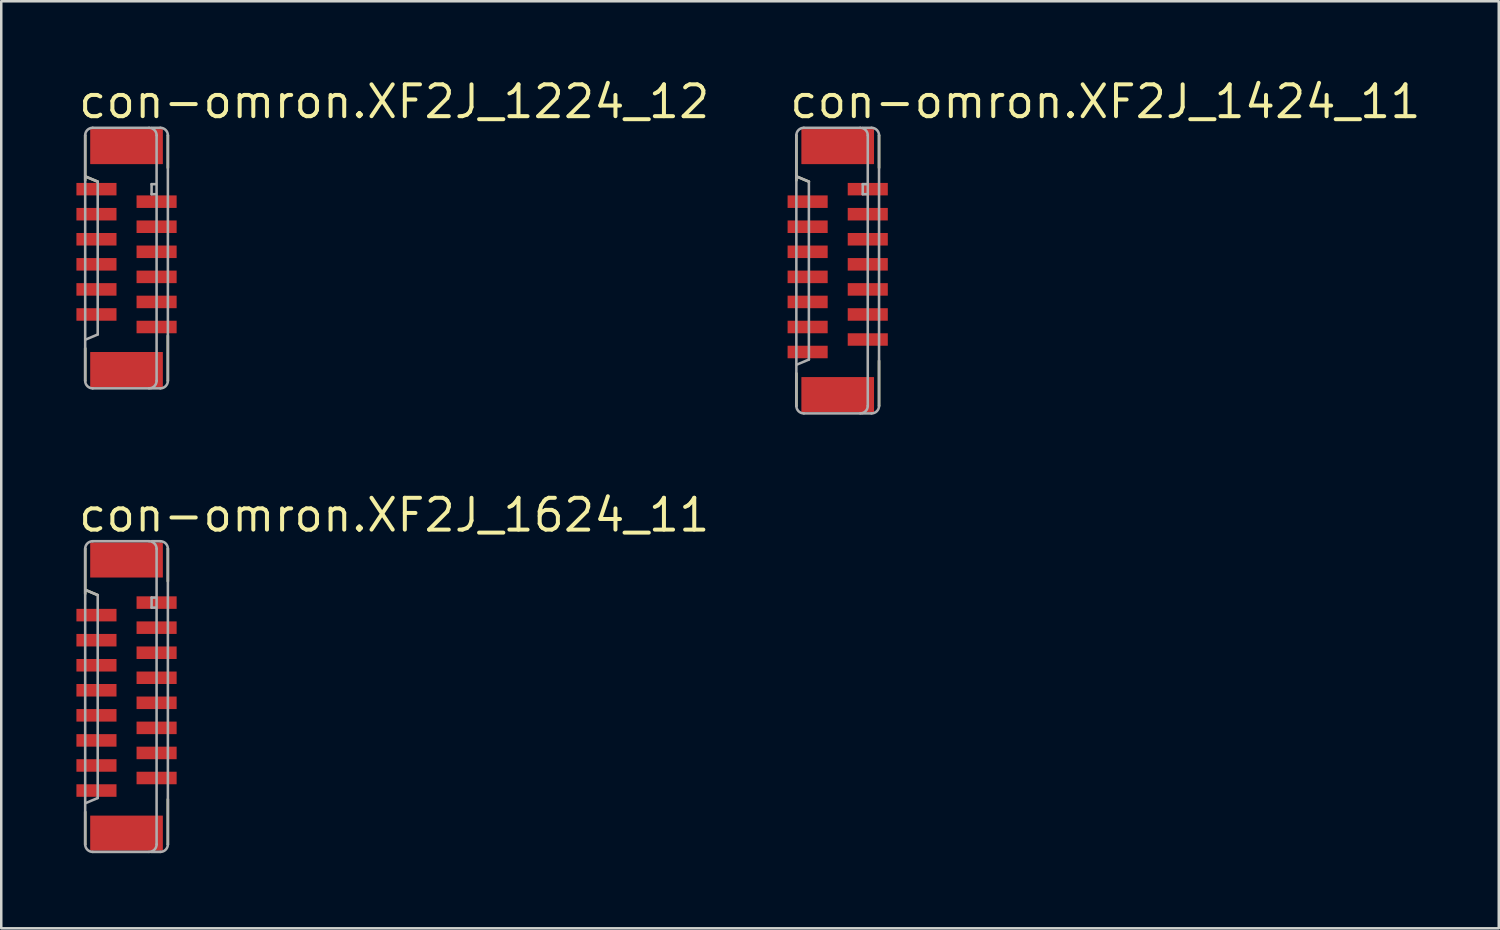
<source format=kicad_pcb>
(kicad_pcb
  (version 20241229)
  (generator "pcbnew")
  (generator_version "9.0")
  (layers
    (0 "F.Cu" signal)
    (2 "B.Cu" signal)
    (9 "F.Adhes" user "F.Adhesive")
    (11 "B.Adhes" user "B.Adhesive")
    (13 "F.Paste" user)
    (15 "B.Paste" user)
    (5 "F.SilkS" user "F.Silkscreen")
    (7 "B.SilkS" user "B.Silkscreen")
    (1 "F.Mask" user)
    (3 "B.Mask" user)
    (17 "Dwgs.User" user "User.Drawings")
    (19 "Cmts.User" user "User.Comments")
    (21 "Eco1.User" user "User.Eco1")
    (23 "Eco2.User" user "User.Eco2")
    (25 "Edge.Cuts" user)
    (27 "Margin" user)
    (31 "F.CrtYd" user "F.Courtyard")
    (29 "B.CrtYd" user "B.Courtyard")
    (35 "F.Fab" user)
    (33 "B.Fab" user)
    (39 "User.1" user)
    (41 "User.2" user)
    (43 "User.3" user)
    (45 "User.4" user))
  (footprint "con-omron.XF2J_1424_11"
    (layer "F.Cu")
    (at 30.384 7.75)
    (property "Reference" "con-omron.XF2J_1424_11" (at -2 -6 0) (layer "F.SilkS") (effects (font (size 1.27 1.27) (thickness 0.16)) (justify left bottom)))
    (attr smd)
    (fp_line (start -1.65 -5.4) (end -1.65 -3.6) (stroke (width 0.102) (type default)) (layer "F.SilkS"))
    (fp_line (start -1.65 4.1) (end -1.65 5.4) (stroke (width 0.102) (type default)) (layer "F.SilkS"))
    (fp_line (start -1.625 -3.75) (end -1.15 -3.55) (stroke (width 0.102) (type default)) (layer "F.SilkS"))
    (fp_line (start 1.65 -4.1) (end 1.65 -5.4) (stroke (width 0.102) (type default)) (layer "F.SilkS"))
    (fp_line (start 1.65 5.4) (end 1.65 3.6) (stroke (width 0.102) (type default)) (layer "F.SilkS"))
    (fp_line (start -1.65 -5.4) (end -1.65 5.4) (stroke (width 0.102) (type default)) (layer "F.Fab"))
    (fp_line (start -1.625 -3.75) (end -1.15 -3.55) (stroke (width 0.102) (type default)) (layer "F.Fab"))
    (fp_line (start -1.35 5.7) (end 0.9 5.7) (stroke (width 0.102) (type default)) (layer "F.Fab"))
    (fp_line (start -1.15 -3.55) (end -1.15 3.55) (stroke (width 0.102) (type default)) (layer "F.Fab"))
    (fp_line (start -1.15 3.55) (end -1.625 3.75) (stroke (width 0.102) (type default)) (layer "F.Fab"))
    (fp_line (start 0.9 -5.7) (end -1.35 -5.7) (stroke (width 0.102) (type default)) (layer "F.Fab"))
    (fp_line (start 0.975 5.7) (end 1.35 5.7) (stroke (width 0.102) (type default)) (layer "F.Fab"))
    (fp_line (start 1 -5.7) (end 1.35 -5.7) (stroke (width 0.102) (type default)) (layer "F.Fab"))
    (fp_line (start 1 -3.45) (end 1 -3.05) (stroke (width 0.102) (type default)) (layer "F.Fab"))
    (fp_line (start 1 -3.05) (end 1.15 -3.05) (stroke (width 0.102) (type default)) (layer "F.Fab"))
    (fp_line (start 1.15 -3.45) (end 1 -3.45) (stroke (width 0.102) (type default)) (layer "F.Fab"))
    (fp_line (start 1.2 5.4) (end 1.2 -5.4) (stroke (width 0.102) (type default)) (layer "F.Fab"))
    (fp_line (start 1.65 5.4) (end 1.65 -5.4) (stroke (width 0.102) (type default)) (layer "F.Fab"))
    (fp_arc (start -1.65 -5.4) (mid -1.562132 -5.612132) (end -1.35 -5.7) (stroke (width 0.1016) (type default)) (layer "F.Fab"))
    (fp_arc (start -1.35 5.7) (mid -1.562132 5.612132) (end -1.65 5.4) (stroke (width 0.1016) (type default)) (layer "F.Fab"))
    (fp_arc (start 0.9 -5.7) (mid 1.112132 -5.612132) (end 1.2 -5.4) (stroke (width 0.1016) (type default)) (layer "F.Fab"))
    (fp_arc (start 1.2 5.4) (mid 1.112132 5.612132) (end 0.9 5.7) (stroke (width 0.1016) (type default)) (layer "F.Fab"))
    (fp_arc (start 1.35 -5.7) (mid 1.562132 -5.612132) (end 1.65 -5.4) (stroke (width 0.1016) (type default)) (layer "F.Fab"))
    (fp_arc (start 1.65 5.4) (mid 1.562132 5.612132) (end 1.35 5.7) (stroke (width 0.1016) (type default)) (layer "F.Fab"))
    (pad "1" smd roundrect (at 1.2 -3.25 270) (size 0.5 1.6) (layers "F.Cu" "F.Mask" "F.Paste") (roundrect_rratio 0.01))
    (pad "2" smd roundrect (at -1.2 -2.75 90) (size 0.5 1.6) (layers "F.Cu" "F.Mask" "F.Paste") (roundrect_rratio 0.01))
    (pad "3" smd roundrect (at 1.2 -2.25 270) (size 0.5 1.6) (layers "F.Cu" "F.Mask" "F.Paste") (roundrect_rratio 0.01))
    (pad "4" smd roundrect (at -1.2 -1.75 90) (size 0.5 1.6) (layers "F.Cu" "F.Mask" "F.Paste") (roundrect_rratio 0.01))
    (pad "5" smd roundrect (at 1.2 -1.25 270) (size 0.5 1.6) (layers "F.Cu" "F.Mask" "F.Paste") (roundrect_rratio 0.01))
    (pad "6" smd roundrect (at -1.2 -0.75 90) (size 0.5 1.6) (layers "F.Cu" "F.Mask" "F.Paste") (roundrect_rratio 0.01))
    (pad "7" smd roundrect (at 1.2 -0.25 270) (size 0.5 1.6) (layers "F.Cu" "F.Mask" "F.Paste") (roundrect_rratio 0.01))
    (pad "8" smd roundrect (at -1.2 0.25 90) (size 0.5 1.6) (layers "F.Cu" "F.Mask" "F.Paste") (roundrect_rratio 0.01))
    (pad "9" smd roundrect (at 1.2 0.75 270) (size 0.5 1.6) (layers "F.Cu" "F.Mask" "F.Paste") (roundrect_rratio 0.01))
    (pad "10" smd roundrect (at -1.2 1.25 90) (size 0.5 1.6) (layers "F.Cu" "F.Mask" "F.Paste") (roundrect_rratio 0.01))
    (pad "11" smd roundrect (at 1.2 1.75 270) (size 0.5 1.6) (layers "F.Cu" "F.Mask" "F.Paste") (roundrect_rratio 0.01))
    (pad "12" smd roundrect (at -1.2 2.25 90) (size 0.5 1.6) (layers "F.Cu" "F.Mask" "F.Paste") (roundrect_rratio 0.01))
    (pad "13" smd roundrect (at 1.2 2.75 270) (size 0.5 1.6) (layers "F.Cu" "F.Mask" "F.Paste") (roundrect_rratio 0.01))
    (pad "14" smd roundrect (at -1.2 3.25 90) (size 0.5 1.6) (layers "F.Cu" "F.Mask" "F.Paste") (roundrect_rratio 0.01))
    (pad "M1" smd roundrect (at 0 -4.95 270) (size 1.4 2.9) (layers "F.Cu" "F.Mask" "F.Paste") (roundrect_rratio 0.01))
    (pad "M2" smd roundrect (at 0 4.95 270) (size 1.4 2.9) (layers "F.Cu" "F.Mask" "F.Paste") (roundrect_rratio 0.01)))
  (footprint "con-omron.XF2J_1624_11"
    (layer "F.Cu")
    (at 2 24.751)
    (property "Reference" "con-omron.XF2J_1624_11" (at -2 -6.5 0) (layer "F.SilkS") (effects (font (size 1.27 1.27) (thickness 0.16)) (justify left bottom)))
    (attr smd)
    (fp_line (start -1.65 -5.9) (end -1.65 -4.1) (stroke (width 0.102) (type default)) (layer "F.SilkS"))
    (fp_line (start -1.65 4.6) (end -1.65 5.9) (stroke (width 0.102) (type default)) (layer "F.SilkS"))
    (fp_line (start -1.625 -4.25) (end -1.15 -4.05) (stroke (width 0.102) (type default)) (layer "F.SilkS"))
    (fp_line (start 1.65 -4.6) (end 1.65 -5.9) (stroke (width 0.102) (type default)) (layer "F.SilkS"))
    (fp_line (start 1.65 5.9) (end 1.65 4.1) (stroke (width 0.102) (type default)) (layer "F.SilkS"))
    (fp_line (start -1.65 -5.9) (end -1.65 5.9) (stroke (width 0.102) (type default)) (layer "F.Fab"))
    (fp_line (start -1.625 -4.25) (end -1.15 -4.05) (stroke (width 0.102) (type default)) (layer "F.Fab"))
    (fp_line (start -1.35 6.2) (end 0.9 6.2) (stroke (width 0.102) (type default)) (layer "F.Fab"))
    (fp_line (start -1.15 -4.05) (end -1.15 4.05) (stroke (width 0.102) (type default)) (layer "F.Fab"))
    (fp_line (start -1.15 4.05) (end -1.625 4.25) (stroke (width 0.102) (type default)) (layer "F.Fab"))
    (fp_line (start 0.9 -6.2) (end -1.35 -6.2) (stroke (width 0.102) (type default)) (layer "F.Fab"))
    (fp_line (start 0.975 6.2) (end 1.35 6.2) (stroke (width 0.102) (type default)) (layer "F.Fab"))
    (fp_line (start 1 -6.2) (end 1.35 -6.2) (stroke (width 0.102) (type default)) (layer "F.Fab"))
    (fp_line (start 1 -3.95) (end 1 -3.55) (stroke (width 0.102) (type default)) (layer "F.Fab"))
    (fp_line (start 1 -3.55) (end 1.15 -3.55) (stroke (width 0.102) (type default)) (layer "F.Fab"))
    (fp_line (start 1.15 -3.95) (end 1 -3.95) (stroke (width 0.102) (type default)) (layer "F.Fab"))
    (fp_line (start 1.2 5.9) (end 1.2 -5.9) (stroke (width 0.102) (type default)) (layer "F.Fab"))
    (fp_line (start 1.65 5.9) (end 1.65 -5.9) (stroke (width 0.102) (type default)) (layer "F.Fab"))
    (fp_arc (start -1.65 -5.9) (mid -1.562132 -6.112132) (end -1.35 -6.2) (stroke (width 0.1016) (type default)) (layer "F.Fab"))
    (fp_arc (start -1.35 6.2) (mid -1.562132 6.112132) (end -1.65 5.9) (stroke (width 0.1016) (type default)) (layer "F.Fab"))
    (fp_arc (start 0.9 -6.2) (mid 1.112132 -6.112132) (end 1.2 -5.9) (stroke (width 0.1016) (type default)) (layer "F.Fab"))
    (fp_arc (start 1.2 5.9) (mid 1.112132 6.112132) (end 0.9 6.2) (stroke (width 0.1016) (type default)) (layer "F.Fab"))
    (fp_arc (start 1.35 -6.2) (mid 1.562132 -6.112132) (end 1.65 -5.9) (stroke (width 0.1016) (type default)) (layer "F.Fab"))
    (fp_arc (start 1.65 5.9) (mid 1.562132 6.112132) (end 1.35 6.2) (stroke (width 0.1016) (type default)) (layer "F.Fab"))
    (pad "1" smd roundrect (at 1.2 -3.75 270) (size 0.5 1.6) (layers "F.Cu" "F.Mask" "F.Paste") (roundrect_rratio 0.01))
    (pad "2" smd roundrect (at -1.2 -3.25 90) (size 0.5 1.6) (layers "F.Cu" "F.Mask" "F.Paste") (roundrect_rratio 0.01))
    (pad "3" smd roundrect (at 1.2 -2.75 270) (size 0.5 1.6) (layers "F.Cu" "F.Mask" "F.Paste") (roundrect_rratio 0.01))
    (pad "4" smd roundrect (at -1.2 -2.25 90) (size 0.5 1.6) (layers "F.Cu" "F.Mask" "F.Paste") (roundrect_rratio 0.01))
    (pad "5" smd roundrect (at 1.2 -1.75 270) (size 0.5 1.6) (layers "F.Cu" "F.Mask" "F.Paste") (roundrect_rratio 0.01))
    (pad "6" smd roundrect (at -1.2 -1.25 90) (size 0.5 1.6) (layers "F.Cu" "F.Mask" "F.Paste") (roundrect_rratio 0.01))
    (pad "7" smd roundrect (at 1.2 -0.75 270) (size 0.5 1.6) (layers "F.Cu" "F.Mask" "F.Paste") (roundrect_rratio 0.01))
    (pad "8" smd roundrect (at -1.2 -0.25 90) (size 0.5 1.6) (layers "F.Cu" "F.Mask" "F.Paste") (roundrect_rratio 0.01))
    (pad "9" smd roundrect (at 1.2 0.25 270) (size 0.5 1.6) (layers "F.Cu" "F.Mask" "F.Paste") (roundrect_rratio 0.01))
    (pad "10" smd roundrect (at -1.2 0.75 90) (size 0.5 1.6) (layers "F.Cu" "F.Mask" "F.Paste") (roundrect_rratio 0.01))
    (pad "11" smd roundrect (at 1.2 1.25 270) (size 0.5 1.6) (layers "F.Cu" "F.Mask" "F.Paste") (roundrect_rratio 0.01))
    (pad "12" smd roundrect (at -1.2 1.75 90) (size 0.5 1.6) (layers "F.Cu" "F.Mask" "F.Paste") (roundrect_rratio 0.01))
    (pad "13" smd roundrect (at 1.2 2.25 270) (size 0.5 1.6) (layers "F.Cu" "F.Mask" "F.Paste") (roundrect_rratio 0.01))
    (pad "14" smd roundrect (at -1.2 2.75 90) (size 0.5 1.6) (layers "F.Cu" "F.Mask" "F.Paste") (roundrect_rratio 0.01))
    (pad "15" smd roundrect (at 1.2 3.25 270) (size 0.5 1.6) (layers "F.Cu" "F.Mask" "F.Paste") (roundrect_rratio 0.01))
    (pad "16" smd roundrect (at -1.2 3.75 90) (size 0.5 1.6) (layers "F.Cu" "F.Mask" "F.Paste") (roundrect_rratio 0.01))
    (pad "M1" smd roundrect (at 0 -5.45 270) (size 1.4 2.9) (layers "F.Cu" "F.Mask" "F.Paste") (roundrect_rratio 0.01))
    (pad "M2" smd roundrect (at 0 5.45 270) (size 1.4 2.9) (layers "F.Cu" "F.Mask" "F.Paste") (roundrect_rratio 0.01)))
  (footprint "con-omron.XF2J_1224_12"
    (layer "F.Cu")
    (at 2 7.25)
    (property "Reference" "con-omron.XF2J_1224_12" (at -2 -5.5 0) (layer "F.SilkS") (effects (font (size 1.27 1.27) (thickness 0.16)) (justify left bottom)))
    (attr smd)
    (fp_line (start -1.65 -4.9) (end -1.65 -3.1) (stroke (width 0.102) (type default)) (layer "F.SilkS"))
    (fp_line (start -1.65 3.6) (end -1.65 4.9) (stroke (width 0.102) (type default)) (layer "F.SilkS"))
    (fp_line (start -1.625 -3.25) (end -1.15 -3.05) (stroke (width 0.102) (type default)) (layer "F.SilkS"))
    (fp_line (start 1.65 -3.6) (end 1.65 -4.9) (stroke (width 0.102) (type default)) (layer "F.SilkS"))
    (fp_line (start 1.65 4.9) (end 1.65 3.1) (stroke (width 0.102) (type default)) (layer "F.SilkS"))
    (fp_line (start -1.65 -4.9) (end -1.65 4.9) (stroke (width 0.102) (type default)) (layer "F.Fab"))
    (fp_line (start -1.625 -3.25) (end -1.15 -3.05) (stroke (width 0.102) (type default)) (layer "F.Fab"))
    (fp_line (start -1.35 5.2) (end 0.9 5.2) (stroke (width 0.102) (type default)) (layer "F.Fab"))
    (fp_line (start -1.15 -3.05) (end -1.15 3.05) (stroke (width 0.102) (type default)) (layer "F.Fab"))
    (fp_line (start -1.15 3.05) (end -1.625 3.25) (stroke (width 0.102) (type default)) (layer "F.Fab"))
    (fp_line (start 0.9 -5.2) (end -1.35 -5.2) (stroke (width 0.102) (type default)) (layer "F.Fab"))
    (fp_line (start 0.975 5.2) (end 1.35 5.2) (stroke (width 0.102) (type default)) (layer "F.Fab"))
    (fp_line (start 1 -5.2) (end 1.35 -5.2) (stroke (width 0.102) (type default)) (layer "F.Fab"))
    (fp_line (start 1 -2.95) (end 1 -2.55) (stroke (width 0.102) (type default)) (layer "F.Fab"))
    (fp_line (start 1 -2.55) (end 1.15 -2.55) (stroke (width 0.102) (type default)) (layer "F.Fab"))
    (fp_line (start 1.15 -2.95) (end 1 -2.95) (stroke (width 0.102) (type default)) (layer "F.Fab"))
    (fp_line (start 1.2 4.9) (end 1.2 -4.9) (stroke (width 0.102) (type default)) (layer "F.Fab"))
    (fp_line (start 1.65 4.9) (end 1.65 -4.9) (stroke (width 0.102) (type default)) (layer "F.Fab"))
    (fp_arc (start -1.65 -4.9) (mid -1.562132 -5.112132) (end -1.35 -5.2) (stroke (width 0.1016) (type default)) (layer "F.Fab"))
    (fp_arc (start -1.35 5.2) (mid -1.562132 5.112132) (end -1.65 4.9) (stroke (width 0.1016) (type default)) (layer "F.Fab"))
    (fp_arc (start 0.9 -5.2) (mid 1.112132 -5.112132) (end 1.2 -4.9) (stroke (width 0.1016) (type default)) (layer "F.Fab"))
    (fp_arc (start 1.2 4.9) (mid 1.112132 5.112132) (end 0.9 5.2) (stroke (width 0.1016) (type default)) (layer "F.Fab"))
    (fp_arc (start 1.35 -5.2) (mid 1.562132 -5.112132) (end 1.65 -4.9) (stroke (width 0.1016) (type default)) (layer "F.Fab"))
    (fp_arc (start 1.65 4.9) (mid 1.562132 5.112132) (end 1.35 5.2) (stroke (width 0.1016) (type default)) (layer "F.Fab"))
    (pad "1" smd roundrect (at -1.2 -2.75 270) (size 0.5 1.6) (layers "F.Cu" "F.Mask" "F.Paste") (roundrect_rratio 0.01))
    (pad "2" smd roundrect (at 1.2 -2.25 90) (size 0.5 1.6) (layers "F.Cu" "F.Mask" "F.Paste") (roundrect_rratio 0.01))
    (pad "3" smd roundrect (at -1.2 -1.75 270) (size 0.5 1.6) (layers "F.Cu" "F.Mask" "F.Paste") (roundrect_rratio 0.01))
    (pad "4" smd roundrect (at 1.2 -1.25 90) (size 0.5 1.6) (layers "F.Cu" "F.Mask" "F.Paste") (roundrect_rratio 0.01))
    (pad "5" smd roundrect (at -1.2 -0.75 270) (size 0.5 1.6) (layers "F.Cu" "F.Mask" "F.Paste") (roundrect_rratio 0.01))
    (pad "6" smd roundrect (at 1.2 -0.25 90) (size 0.5 1.6) (layers "F.Cu" "F.Mask" "F.Paste") (roundrect_rratio 0.01))
    (pad "7" smd roundrect (at -1.2 0.25 270) (size 0.5 1.6) (layers "F.Cu" "F.Mask" "F.Paste") (roundrect_rratio 0.01))
    (pad "8" smd roundrect (at 1.2 0.75 90) (size 0.5 1.6) (layers "F.Cu" "F.Mask" "F.Paste") (roundrect_rratio 0.01))
    (pad "9" smd roundrect (at -1.2 1.25 270) (size 0.5 1.6) (layers "F.Cu" "F.Mask" "F.Paste") (roundrect_rratio 0.01))
    (pad "10" smd roundrect (at 1.2 1.75 90) (size 0.5 1.6) (layers "F.Cu" "F.Mask" "F.Paste") (roundrect_rratio 0.01))
    (pad "11" smd roundrect (at -1.2 2.25 270) (size 0.5 1.6) (layers "F.Cu" "F.Mask" "F.Paste") (roundrect_rratio 0.01))
    (pad "12" smd roundrect (at 1.2 2.75 90) (size 0.5 1.6) (layers "F.Cu" "F.Mask" "F.Paste") (roundrect_rratio 0.01))
    (pad "M1" smd roundrect (at 0 -4.45 270) (size 1.4 2.9) (layers "F.Cu" "F.Mask" "F.Paste") (roundrect_rratio 0.01))
    (pad "M2" smd roundrect (at 0 4.45 270) (size 1.4 2.9) (layers "F.Cu" "F.Mask" "F.Paste") (roundrect_rratio 0.01)))
  (gr_rect
    (start -3 -3)
    (end 56.768 34.002)
    (stroke (width 0.1) (type default))
    (fill no)
    (layer "Edge.Cuts")))
</source>
